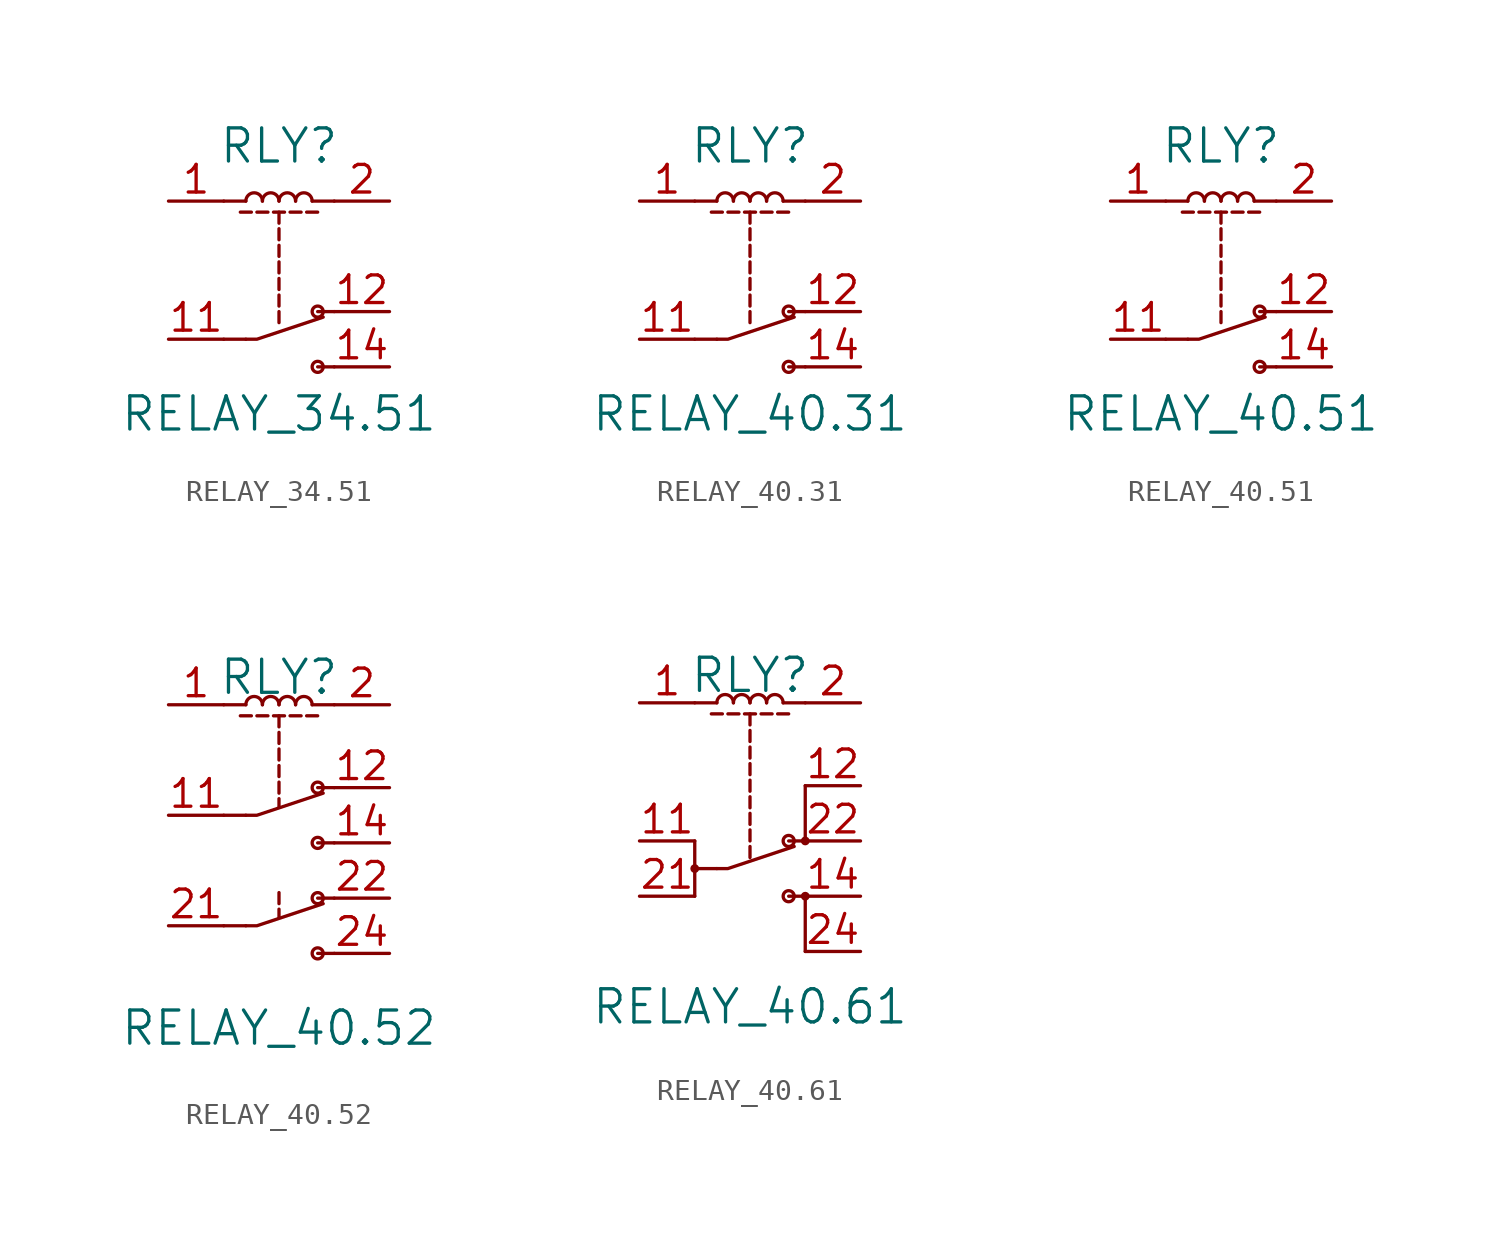
<source format=kicad_sym>
(kicad_symbol_lib
  (version 20220914)
  (generator kicad_symbol_editor)
  (symbol "RELAY_34.51"
    (pin_names
      (offset 1.016))
    (property "Reference" "RLY"
      (at 0 6.35 0)
      (effects (font (size 1.524 1.524))))
    (property "Value" "RELAY_34.51"
      (at 0 -5.969 0)
      (effects (font (size 1.524 1.524))))
    (property "Footprint" ""
      (at 0 0 0)
      (effects (font (size 1.524 1.524))))
    (property "Datasheet" ""
      (at 0 0 0)
      (effects (font (size 1.524 1.524))))
    (symbol "RELAY_34.51_0_1"
      (arc (start -0.762 3.81) (mid -1.143 4.1894) (end -1.524 3.81) (stroke (width 0) (type solid)) (fill (type none)))
      (polyline (pts (xy -1.778 3.302) (xy -1.27 3.302) (xy -1.27 3.302)) (stroke (width 0) (type solid)) (fill (type none)))
      (polyline (pts (xy -1.524 -2.54) (xy -2.54 -2.54) (xy -2.54 -2.54)) (stroke (width 0) (type solid)) (fill (type none)))
      (polyline (pts (xy -1.524 3.81) (xy -2.54 3.81) (xy -2.54 3.81)) (stroke (width 0) (type solid)) (fill (type none)))
      (polyline (pts (xy -1.016 3.302) (xy -0.508 3.302) (xy -0.508 3.302)) (stroke (width 0) (type solid)) (fill (type none)))
      (polyline (pts (xy -0.254 3.302) (xy 0.254 3.302) (xy 0.254 3.302)) (stroke (width 0) (type solid)) (fill (type none)))
      (polyline (pts (xy 0 -1.27) (xy 0 -1.778) (xy 0 -1.778)) (stroke (width 0) (type solid)) (fill (type none)))
      (polyline (pts (xy 0 -0.508) (xy 0 -1.016) (xy 0 -1.016)) (stroke (width 0) (type solid)) (fill (type none)))
      (polyline (pts (xy 0 0.254) (xy 0 -0.254) (xy 0 -0.254)) (stroke (width 0) (type solid)) (fill (type none)))
      (polyline (pts (xy 0 1.016) (xy 0 0.508) (xy 0 0.508)) (stroke (width 0) (type solid)) (fill (type none)))
      (polyline (pts (xy 0 1.778) (xy 0 1.27) (xy 0 1.27)) (stroke (width 0) (type solid)) (fill (type none)))
      (polyline (pts (xy 0 2.54) (xy 0 2.032) (xy 0 2.032)) (stroke (width 0) (type solid)) (fill (type none)))
      (polyline (pts (xy 0 3.302) (xy 0 2.794) (xy 0 2.794)) (stroke (width 0) (type solid)) (fill (type none)))
      (polyline (pts (xy 0.508 3.302) (xy 1.016 3.302) (xy 1.016 3.302)) (stroke (width 0) (type solid)) (fill (type none)))
      (polyline (pts (xy 1.27 3.302) (xy 1.778 3.302) (xy 1.778 3.302)) (stroke (width 0) (type solid)) (fill (type none)))
      (polyline (pts (xy 1.524 3.81) (xy 2.54 3.81) (xy 2.54 3.81)) (stroke (width 0) (type solid)) (fill (type none)))
      (polyline (pts (xy 2.54 -3.81) (xy 1.778 -3.81) (xy 1.778 -3.81)) (stroke (width 0) (type solid)) (fill (type none)))
      (polyline (pts (xy 2.54 -1.27) (xy 1.778 -1.27) (xy 1.778 -1.27)) (stroke (width 0) (type solid)) (fill (type none)))
      (polyline (pts (xy -1.524 -2.54) (xy -1.016 -2.54) (xy 2.032 -1.524) (xy 2.032 -1.524)) (stroke (width 0) (type solid)) (fill (type none)))
      (arc (start 0 3.81) (mid -0.381 4.1894) (end -0.762 3.81) (stroke (width 0) (type solid)) (fill (type none)))
      (arc (start 0.762 3.81) (mid 0.381 4.1894) (end 0 3.81) (stroke (width 0) (type solid)) (fill (type none)))
      (arc (start 1.524 3.81) (mid 1.143 4.1894) (end 0.762 3.81) (stroke (width 0) (type solid)) (fill (type none)))
      (circle (center 1.778 -3.81) (radius 0.254) (stroke (width 0) (type solid)) (fill (type none)))
      (circle (center 1.778 -1.27) (radius 0.254) (stroke (width 0) (type solid)) (fill (type none))))
    (symbol "RELAY_34.51_1_1"
      (pin passive line (at -5.08 3.81 0) (length 2.54) (name "~" (effects (font (size 1.27 1.27)))) (number "1" (effects (font (size 1.27 1.27)))))
      (pin passive line (at -5.08 -2.54 0) (length 2.54) (name "~" (effects (font (size 1.27 1.27)))) (number "11" (effects (font (size 1.27 1.27)))))
      (pin passive line (at 5.08 -1.27 180) (length 2.54) (name "~" (effects (font (size 1.27 1.27)))) (number "12" (effects (font (size 1.27 1.27)))))
      (pin passive line (at 5.08 -3.81 180) (length 2.54) (name "~" (effects (font (size 1.27 1.27)))) (number "14" (effects (font (size 1.27 1.27)))))
      (pin passive line (at 5.08 3.81 180) (length 2.54) (name "~" (effects (font (size 1.27 1.27)))) (number "2" (effects (font (size 1.27 1.27)))))))
  (symbol "RELAY_40.31"
    (pin_names
      (offset 1.016))
    (property "Reference" "RLY"
      (at 0 6.35 0)
      (effects (font (size 1.524 1.524))))
    (property "Value" "RELAY_40.31"
      (at 0 -5.969 0)
      (effects (font (size 1.524 1.524))))
    (property "Footprint" ""
      (at 0 0 0)
      (effects (font (size 1.524 1.524))))
    (property "Datasheet" ""
      (at 0 0 0)
      (effects (font (size 1.524 1.524))))
    (symbol "RELAY_40.31_0_1"
      (arc (start -0.762 3.81) (mid -1.143 4.1894) (end -1.524 3.81) (stroke (width 0) (type solid)) (fill (type none)))
      (polyline (pts (xy -1.778 3.302) (xy -1.27 3.302) (xy -1.27 3.302)) (stroke (width 0) (type solid)) (fill (type none)))
      (polyline (pts (xy -1.524 -2.54) (xy -2.54 -2.54) (xy -2.54 -2.54)) (stroke (width 0) (type solid)) (fill (type none)))
      (polyline (pts (xy -1.524 3.81) (xy -2.54 3.81) (xy -2.54 3.81)) (stroke (width 0) (type solid)) (fill (type none)))
      (polyline (pts (xy -1.016 3.302) (xy -0.508 3.302) (xy -0.508 3.302)) (stroke (width 0) (type solid)) (fill (type none)))
      (polyline (pts (xy -0.254 3.302) (xy 0.254 3.302) (xy 0.254 3.302)) (stroke (width 0) (type solid)) (fill (type none)))
      (polyline (pts (xy 0 -1.27) (xy 0 -1.778) (xy 0 -1.778)) (stroke (width 0) (type solid)) (fill (type none)))
      (polyline (pts (xy 0 -0.508) (xy 0 -1.016) (xy 0 -1.016)) (stroke (width 0) (type solid)) (fill (type none)))
      (polyline (pts (xy 0 0.254) (xy 0 -0.254) (xy 0 -0.254)) (stroke (width 0) (type solid)) (fill (type none)))
      (polyline (pts (xy 0 1.016) (xy 0 0.508) (xy 0 0.508)) (stroke (width 0) (type solid)) (fill (type none)))
      (polyline (pts (xy 0 1.778) (xy 0 1.27) (xy 0 1.27)) (stroke (width 0) (type solid)) (fill (type none)))
      (polyline (pts (xy 0 2.54) (xy 0 2.032) (xy 0 2.032)) (stroke (width 0) (type solid)) (fill (type none)))
      (polyline (pts (xy 0 3.302) (xy 0 2.794) (xy 0 2.794)) (stroke (width 0) (type solid)) (fill (type none)))
      (polyline (pts (xy 0.508 3.302) (xy 1.016 3.302) (xy 1.016 3.302)) (stroke (width 0) (type solid)) (fill (type none)))
      (polyline (pts (xy 1.27 3.302) (xy 1.778 3.302) (xy 1.778 3.302)) (stroke (width 0) (type solid)) (fill (type none)))
      (polyline (pts (xy 1.524 3.81) (xy 2.54 3.81) (xy 2.54 3.81)) (stroke (width 0) (type solid)) (fill (type none)))
      (polyline (pts (xy 2.54 -3.81) (xy 1.778 -3.81) (xy 1.778 -3.81)) (stroke (width 0) (type solid)) (fill (type none)))
      (polyline (pts (xy 2.54 -1.27) (xy 1.778 -1.27) (xy 1.778 -1.27)) (stroke (width 0) (type solid)) (fill (type none)))
      (polyline (pts (xy -1.524 -2.54) (xy -1.016 -2.54) (xy 2.032 -1.524) (xy 2.032 -1.524)) (stroke (width 0) (type solid)) (fill (type none)))
      (arc (start 0 3.81) (mid -0.381 4.1894) (end -0.762 3.81) (stroke (width 0) (type solid)) (fill (type none)))
      (arc (start 0.762 3.81) (mid 0.381 4.1894) (end 0 3.81) (stroke (width 0) (type solid)) (fill (type none)))
      (arc (start 1.524 3.81) (mid 1.143 4.1894) (end 0.762 3.81) (stroke (width 0) (type solid)) (fill (type none)))
      (circle (center 1.778 -3.81) (radius 0.254) (stroke (width 0) (type solid)) (fill (type none)))
      (circle (center 1.778 -1.27) (radius 0.254) (stroke (width 0) (type solid)) (fill (type none))))
    (symbol "RELAY_40.31_1_1"
      (pin passive line (at -5.08 3.81 0) (length 2.54) (name "~" (effects (font (size 1.27 1.27)))) (number "1" (effects (font (size 1.27 1.27)))))
      (pin passive line (at -5.08 -2.54 0) (length 2.54) (name "~" (effects (font (size 1.27 1.27)))) (number "11" (effects (font (size 1.27 1.27)))))
      (pin passive line (at 5.08 -1.27 180) (length 2.54) (name "~" (effects (font (size 1.27 1.27)))) (number "12" (effects (font (size 1.27 1.27)))))
      (pin passive line (at 5.08 -3.81 180) (length 2.54) (name "~" (effects (font (size 1.27 1.27)))) (number "14" (effects (font (size 1.27 1.27)))))
      (pin passive line (at 5.08 3.81 180) (length 2.54) (name "~" (effects (font (size 1.27 1.27)))) (number "2" (effects (font (size 1.27 1.27)))))))
  (symbol "RELAY_40.51"
    (pin_names
      (offset 1.016))
    (property "Reference" "RLY"
      (at 0 6.35 0)
      (effects (font (size 1.524 1.524))))
    (property "Value" "RELAY_40.51"
      (at 0 -5.969 0)
      (effects (font (size 1.524 1.524))))
    (property "Footprint" ""
      (at 0 0 0)
      (effects (font (size 1.524 1.524))))
    (property "Datasheet" ""
      (at 0 0 0)
      (effects (font (size 1.524 1.524))))
    (symbol "RELAY_40.51_0_1"
      (arc (start -0.762 3.81) (mid -1.143 4.1894) (end -1.524 3.81) (stroke (width 0) (type solid)) (fill (type none)))
      (polyline (pts (xy -1.778 3.302) (xy -1.27 3.302) (xy -1.27 3.302)) (stroke (width 0) (type solid)) (fill (type none)))
      (polyline (pts (xy -1.524 -2.54) (xy -2.54 -2.54) (xy -2.54 -2.54)) (stroke (width 0) (type solid)) (fill (type none)))
      (polyline (pts (xy -1.524 3.81) (xy -2.54 3.81) (xy -2.54 3.81)) (stroke (width 0) (type solid)) (fill (type none)))
      (polyline (pts (xy -1.016 3.302) (xy -0.508 3.302) (xy -0.508 3.302)) (stroke (width 0) (type solid)) (fill (type none)))
      (polyline (pts (xy -0.254 3.302) (xy 0.254 3.302) (xy 0.254 3.302)) (stroke (width 0) (type solid)) (fill (type none)))
      (polyline (pts (xy 0 -1.27) (xy 0 -1.778) (xy 0 -1.778)) (stroke (width 0) (type solid)) (fill (type none)))
      (polyline (pts (xy 0 -0.508) (xy 0 -1.016) (xy 0 -1.016)) (stroke (width 0) (type solid)) (fill (type none)))
      (polyline (pts (xy 0 0.254) (xy 0 -0.254) (xy 0 -0.254)) (stroke (width 0) (type solid)) (fill (type none)))
      (polyline (pts (xy 0 1.016) (xy 0 0.508) (xy 0 0.508)) (stroke (width 0) (type solid)) (fill (type none)))
      (polyline (pts (xy 0 1.778) (xy 0 1.27) (xy 0 1.27)) (stroke (width 0) (type solid)) (fill (type none)))
      (polyline (pts (xy 0 2.54) (xy 0 2.032) (xy 0 2.032)) (stroke (width 0) (type solid)) (fill (type none)))
      (polyline (pts (xy 0 3.302) (xy 0 2.794) (xy 0 2.794)) (stroke (width 0) (type solid)) (fill (type none)))
      (polyline (pts (xy 0.508 3.302) (xy 1.016 3.302) (xy 1.016 3.302)) (stroke (width 0) (type solid)) (fill (type none)))
      (polyline (pts (xy 1.27 3.302) (xy 1.778 3.302) (xy 1.778 3.302)) (stroke (width 0) (type solid)) (fill (type none)))
      (polyline (pts (xy 1.524 3.81) (xy 2.54 3.81) (xy 2.54 3.81)) (stroke (width 0) (type solid)) (fill (type none)))
      (polyline (pts (xy 2.54 -3.81) (xy 1.778 -3.81) (xy 1.778 -3.81)) (stroke (width 0) (type solid)) (fill (type none)))
      (polyline (pts (xy 2.54 -1.27) (xy 1.778 -1.27) (xy 1.778 -1.27)) (stroke (width 0) (type solid)) (fill (type none)))
      (polyline (pts (xy -1.524 -2.54) (xy -1.016 -2.54) (xy 2.032 -1.524) (xy 2.032 -1.524)) (stroke (width 0) (type solid)) (fill (type none)))
      (arc (start 0 3.81) (mid -0.381 4.1894) (end -0.762 3.81) (stroke (width 0) (type solid)) (fill (type none)))
      (arc (start 0.762 3.81) (mid 0.381 4.1894) (end 0 3.81) (stroke (width 0) (type solid)) (fill (type none)))
      (arc (start 1.524 3.81) (mid 1.143 4.1894) (end 0.762 3.81) (stroke (width 0) (type solid)) (fill (type none)))
      (circle (center 1.778 -3.81) (radius 0.254) (stroke (width 0) (type solid)) (fill (type none)))
      (circle (center 1.778 -1.27) (radius 0.254) (stroke (width 0) (type solid)) (fill (type none))))
    (symbol "RELAY_40.51_1_1"
      (pin passive line (at -5.08 3.81 0) (length 2.54) (name "~" (effects (font (size 1.27 1.27)))) (number "1" (effects (font (size 1.27 1.27)))))
      (pin passive line (at -5.08 -2.54 0) (length 2.54) (name "~" (effects (font (size 1.27 1.27)))) (number "11" (effects (font (size 1.27 1.27)))))
      (pin passive line (at 5.08 -1.27 180) (length 2.54) (name "~" (effects (font (size 1.27 1.27)))) (number "12" (effects (font (size 1.27 1.27)))))
      (pin passive line (at 5.08 -3.81 180) (length 2.54) (name "~" (effects (font (size 1.27 1.27)))) (number "14" (effects (font (size 1.27 1.27)))))
      (pin passive line (at 5.08 3.81 180) (length 2.54) (name "~" (effects (font (size 1.27 1.27)))) (number "2" (effects (font (size 1.27 1.27)))))))
  (symbol "RELAY_40.52"
    (pin_names
      (offset 1.016))
    (property "Reference" "RLY"
      (at 0 6.35 0)
      (effects (font (size 1.524 1.524))))
    (property "Value" "RELAY_40.52"
      (at 0 -9.779 0)
      (effects (font (size 1.524 1.524))))
    (property "Footprint" ""
      (at 0 0 0)
      (effects (font (size 1.524 1.524))))
    (property "Datasheet" ""
      (at 0 0 0)
      (effects (font (size 1.524 1.524))))
    (symbol "RELAY_40.52_0_1"
      (arc (start -0.762 5.08) (mid -1.143 5.4594) (end -1.524 5.08) (stroke (width 0) (type solid)) (fill (type none)))
      (polyline (pts (xy -1.778 4.572) (xy -1.27 4.572) (xy -1.27 4.572)) (stroke (width 0) (type solid)) (fill (type none)))
      (polyline (pts (xy -1.524 -5.08) (xy -2.54 -5.08) (xy -2.54 -5.08)) (stroke (width 0) (type solid)) (fill (type none)))
      (polyline (pts (xy -1.524 0) (xy -2.54 0) (xy -2.54 0)) (stroke (width 0) (type solid)) (fill (type none)))
      (polyline (pts (xy -1.524 5.08) (xy -2.54 5.08) (xy -2.54 5.08)) (stroke (width 0) (type solid)) (fill (type none)))
      (polyline (pts (xy -1.016 4.572) (xy -0.508 4.572) (xy -0.508 4.572)) (stroke (width 0) (type solid)) (fill (type none)))
      (polyline (pts (xy -0.254 4.572) (xy 0.254 4.572) (xy 0.254 4.572)) (stroke (width 0) (type solid)) (fill (type none)))
      (polyline (pts (xy 0 -4.318) (xy 0 -4.699) (xy 0 -4.699)) (stroke (width 0) (type solid)) (fill (type none)))
      (polyline (pts (xy 0 -3.556) (xy 0 -4.064) (xy 0 -4.064)) (stroke (width 0) (type solid)) (fill (type none)))
      (polyline (pts (xy 0 0.762) (xy 0 0.381) (xy 0 0.381)) (stroke (width 0) (type solid)) (fill (type none)))
      (polyline (pts (xy 0 1.524) (xy 0 1.016) (xy 0 1.016)) (stroke (width 0) (type solid)) (fill (type none)))
      (polyline (pts (xy 0 2.286) (xy 0 1.778) (xy 0 1.778)) (stroke (width 0) (type solid)) (fill (type none)))
      (polyline (pts (xy 0 3.048) (xy 0 2.54) (xy 0 2.54)) (stroke (width 0) (type solid)) (fill (type none)))
      (polyline (pts (xy 0 3.81) (xy 0 3.302) (xy 0 3.302)) (stroke (width 0) (type solid)) (fill (type none)))
      (polyline (pts (xy 0 4.572) (xy 0 4.064) (xy 0 4.064)) (stroke (width 0) (type solid)) (fill (type none)))
      (polyline (pts (xy 0.508 4.572) (xy 1.016 4.572) (xy 1.016 4.572)) (stroke (width 0) (type solid)) (fill (type none)))
      (polyline (pts (xy 1.27 4.572) (xy 1.778 4.572) (xy 1.778 4.572)) (stroke (width 0) (type solid)) (fill (type none)))
      (polyline (pts (xy 1.524 5.08) (xy 2.54 5.08) (xy 2.54 5.08)) (stroke (width 0) (type solid)) (fill (type none)))
      (polyline (pts (xy 2.54 -6.35) (xy 1.778 -6.35) (xy 1.778 -6.35)) (stroke (width 0) (type solid)) (fill (type none)))
      (polyline (pts (xy 2.54 -3.81) (xy 1.778 -3.81) (xy 1.778 -3.81)) (stroke (width 0) (type solid)) (fill (type none)))
      (polyline (pts (xy 2.54 -1.27) (xy 1.778 -1.27) (xy 1.778 -1.27)) (stroke (width 0) (type solid)) (fill (type none)))
      (polyline (pts (xy 2.54 1.27) (xy 1.778 1.27) (xy 1.778 1.27)) (stroke (width 0) (type solid)) (fill (type none)))
      (polyline (pts (xy -1.524 -5.08) (xy -1.016 -5.08) (xy 2.032 -4.064) (xy 2.032 -4.064)) (stroke (width 0) (type solid)) (fill (type none)))
      (polyline (pts (xy -1.524 0) (xy -1.016 0) (xy 2.032 1.016) (xy 2.032 1.016)) (stroke (width 0) (type solid)) (fill (type none)))
      (arc (start 0 5.08) (mid -0.381 5.4594) (end -0.762 5.08) (stroke (width 0) (type solid)) (fill (type none)))
      (arc (start 0.762 5.08) (mid 0.381 5.4594) (end 0 5.08) (stroke (width 0) (type solid)) (fill (type none)))
      (arc (start 1.524 5.08) (mid 1.143 5.4594) (end 0.762 5.08) (stroke (width 0) (type solid)) (fill (type none)))
      (circle (center 1.778 -6.35) (radius 0.254) (stroke (width 0) (type solid)) (fill (type none)))
      (circle (center 1.778 -3.81) (radius 0.254) (stroke (width 0) (type solid)) (fill (type none)))
      (circle (center 1.778 -1.27) (radius 0.254) (stroke (width 0) (type solid)) (fill (type none)))
      (circle (center 1.778 1.27) (radius 0.254) (stroke (width 0) (type solid)) (fill (type none))))
    (symbol "RELAY_40.52_1_1"
      (pin passive line (at -5.08 5.08 0) (length 2.54) (name "~" (effects (font (size 1.27 1.27)))) (number "1" (effects (font (size 1.27 1.27)))))
      (pin passive line (at -5.08 0 0) (length 2.54) (name "~" (effects (font (size 1.27 1.27)))) (number "11" (effects (font (size 1.27 1.27)))))
      (pin passive line (at 5.08 1.27 180) (length 2.54) (name "~" (effects (font (size 1.27 1.27)))) (number "12" (effects (font (size 1.27 1.27)))))
      (pin passive line (at 5.08 -1.27 180) (length 2.54) (name "~" (effects (font (size 1.27 1.27)))) (number "14" (effects (font (size 1.27 1.27)))))
      (pin passive line (at 5.08 5.08 180) (length 2.54) (name "~" (effects (font (size 1.27 1.27)))) (number "2" (effects (font (size 1.27 1.27)))))
      (pin passive line (at -5.08 -5.08 0) (length 2.54) (name "~" (effects (font (size 1.27 1.27)))) (number "21" (effects (font (size 1.27 1.27)))))
      (pin passive line (at 5.08 -3.81 180) (length 2.54) (name "~" (effects (font (size 1.27 1.27)))) (number "22" (effects (font (size 1.27 1.27)))))
      (pin passive line (at 5.08 -6.35 180) (length 2.54) (name "~" (effects (font (size 1.27 1.27)))) (number "24" (effects (font (size 1.27 1.27)))))))
  (symbol "RELAY_40.61"
    (pin_names
      (offset 1.016))
    (property "Reference" "RLY"
      (at 0 6.35 0)
      (effects (font (size 1.524 1.524))))
    (property "Value" "RELAY_40.61"
      (at 0 -8.89 0)
      (effects (font (size 1.524 1.524))))
    (property "Footprint" ""
      (at 0 -2.54 0)
      (effects (font (size 1.524 1.524))))
    (property "Datasheet" ""
      (at 0 0 0)
      (effects (font (size 1.524 1.524))))
    (symbol "RELAY_40.61_0_1"
      (circle (center -2.54 -2.54) (radius 0.127) (stroke (width 0) (type solid)) (fill (type none)))
      (arc (start -0.762 5.08) (mid -1.143 5.4594) (end -1.524 5.08) (stroke (width 0) (type solid)) (fill (type none)))
      (polyline (pts (xy -2.54 -3.81) (xy -2.54 -1.27)) (stroke (width 0) (type solid)) (fill (type none)))
      (polyline (pts (xy 2.54 -6.35) (xy 2.54 -3.81)) (stroke (width 0) (type solid)) (fill (type none)))
      (polyline (pts (xy 2.54 -1.27) (xy 2.54 1.27)) (stroke (width 0) (type solid)) (fill (type none)))
      (polyline (pts (xy -1.778 4.572) (xy -1.27 4.572) (xy -1.27 4.572)) (stroke (width 0) (type solid)) (fill (type none)))
      (polyline (pts (xy -1.524 -2.54) (xy -2.54 -2.54) (xy -2.54 -2.54)) (stroke (width 0) (type solid)) (fill (type none)))
      (polyline (pts (xy -1.524 5.08) (xy -2.54 5.08) (xy -2.54 5.08)) (stroke (width 0) (type solid)) (fill (type none)))
      (polyline (pts (xy -1.016 4.572) (xy -0.508 4.572) (xy -0.508 4.572)) (stroke (width 0) (type solid)) (fill (type none)))
      (polyline (pts (xy -0.254 4.572) (xy 0.254 4.572) (xy 0.254 4.572)) (stroke (width 0) (type solid)) (fill (type none)))
      (polyline (pts (xy 0 -1.524) (xy 0 -2.032) (xy 0 -2.032)) (stroke (width 0) (type solid)) (fill (type none)))
      (polyline (pts (xy 0 -0.762) (xy 0 -1.27) (xy 0 -1.27)) (stroke (width 0) (type solid)) (fill (type none)))
      (polyline (pts (xy 0 0) (xy 0 -0.508) (xy 0 -0.508)) (stroke (width 0) (type solid)) (fill (type none)))
      (polyline (pts (xy 0 0.762) (xy 0 0.254) (xy 0 0.254)) (stroke (width 0) (type solid)) (fill (type none)))
      (polyline (pts (xy 0 1.524) (xy 0 1.016) (xy 0 1.016)) (stroke (width 0) (type solid)) (fill (type none)))
      (polyline (pts (xy 0 2.286) (xy 0 1.778) (xy 0 1.778)) (stroke (width 0) (type solid)) (fill (type none)))
      (polyline (pts (xy 0 3.048) (xy 0 2.54) (xy 0 2.54)) (stroke (width 0) (type solid)) (fill (type none)))
      (polyline (pts (xy 0 3.81) (xy 0 3.302) (xy 0 3.302)) (stroke (width 0) (type solid)) (fill (type none)))
      (polyline (pts (xy 0 4.572) (xy 0 4.064) (xy 0 4.064)) (stroke (width 0) (type solid)) (fill (type none)))
      (polyline (pts (xy 0.508 4.572) (xy 1.016 4.572) (xy 1.016 4.572)) (stroke (width 0) (type solid)) (fill (type none)))
      (polyline (pts (xy 1.27 4.572) (xy 1.778 4.572) (xy 1.778 4.572)) (stroke (width 0) (type solid)) (fill (type none)))
      (polyline (pts (xy 1.524 5.08) (xy 2.54 5.08) (xy 2.54 5.08)) (stroke (width 0) (type solid)) (fill (type none)))
      (polyline (pts (xy 2.54 -3.81) (xy 1.778 -3.81) (xy 1.778 -3.81)) (stroke (width 0) (type solid)) (fill (type none)))
      (polyline (pts (xy 2.54 -1.27) (xy 1.778 -1.27) (xy 1.778 -1.27)) (stroke (width 0) (type solid)) (fill (type none)))
      (polyline (pts (xy -1.524 -2.54) (xy -1.016 -2.54) (xy 2.032 -1.524) (xy 2.032 -1.524)) (stroke (width 0) (type solid)) (fill (type none)))
      (arc (start 0 5.08) (mid -0.381 5.4594) (end -0.762 5.08) (stroke (width 0) (type solid)) (fill (type none)))
      (arc (start 0.762 5.08) (mid 0.381 5.4594) (end 0 5.08) (stroke (width 0) (type solid)) (fill (type none)))
      (arc (start 1.524 5.08) (mid 1.143 5.4594) (end 0.762 5.08) (stroke (width 0) (type solid)) (fill (type none)))
      (circle (center 1.778 -3.81) (radius 0.254) (stroke (width 0) (type solid)) (fill (type none)))
      (circle (center 1.778 -1.27) (radius 0.254) (stroke (width 0) (type solid)) (fill (type none)))
      (circle (center 2.54 -3.81) (radius 0.127) (stroke (width 0) (type solid)) (fill (type none)))
      (circle (center 2.54 -1.27) (radius 0.127) (stroke (width 0) (type solid)) (fill (type none))))
    (symbol "RELAY_40.61_1_1"
      (pin passive line (at -5.08 5.08 0) (length 2.54) (name "~" (effects (font (size 1.27 1.27)))) (number "1" (effects (font (size 1.27 1.27)))))
      (pin passive line (at -5.08 -1.27 0) (length 2.54) (name "~" (effects (font (size 1.27 1.27)))) (number "11" (effects (font (size 1.27 1.27)))))
      (pin passive line (at 5.08 1.27 180) (length 2.54) (name "~" (effects (font (size 1.27 1.27)))) (number "12" (effects (font (size 1.27 1.27)))))
      (pin passive line (at 5.08 -3.81 180) (length 2.54) (name "~" (effects (font (size 1.27 1.27)))) (number "14" (effects (font (size 1.27 1.27)))))
      (pin passive line (at 5.08 5.08 180) (length 2.54) (name "~" (effects (font (size 1.27 1.27)))) (number "2" (effects (font (size 1.27 1.27)))))
      (pin passive line (at -5.08 -3.81 0) (length 2.54) (name "~" (effects (font (size 1.27 1.27)))) (number "21" (effects (font (size 1.27 1.27)))))
      (pin passive line (at 5.08 -1.27 180) (length 2.54) (name "~" (effects (font (size 1.27 1.27)))) (number "22" (effects (font (size 1.27 1.27)))))
      (pin passive line (at 5.08 -6.35 180) (length 2.54) (name "~" (effects (font (size 1.27 1.27)))) (number "24" (effects (font (size 1.27 1.27))))))))
</source>
